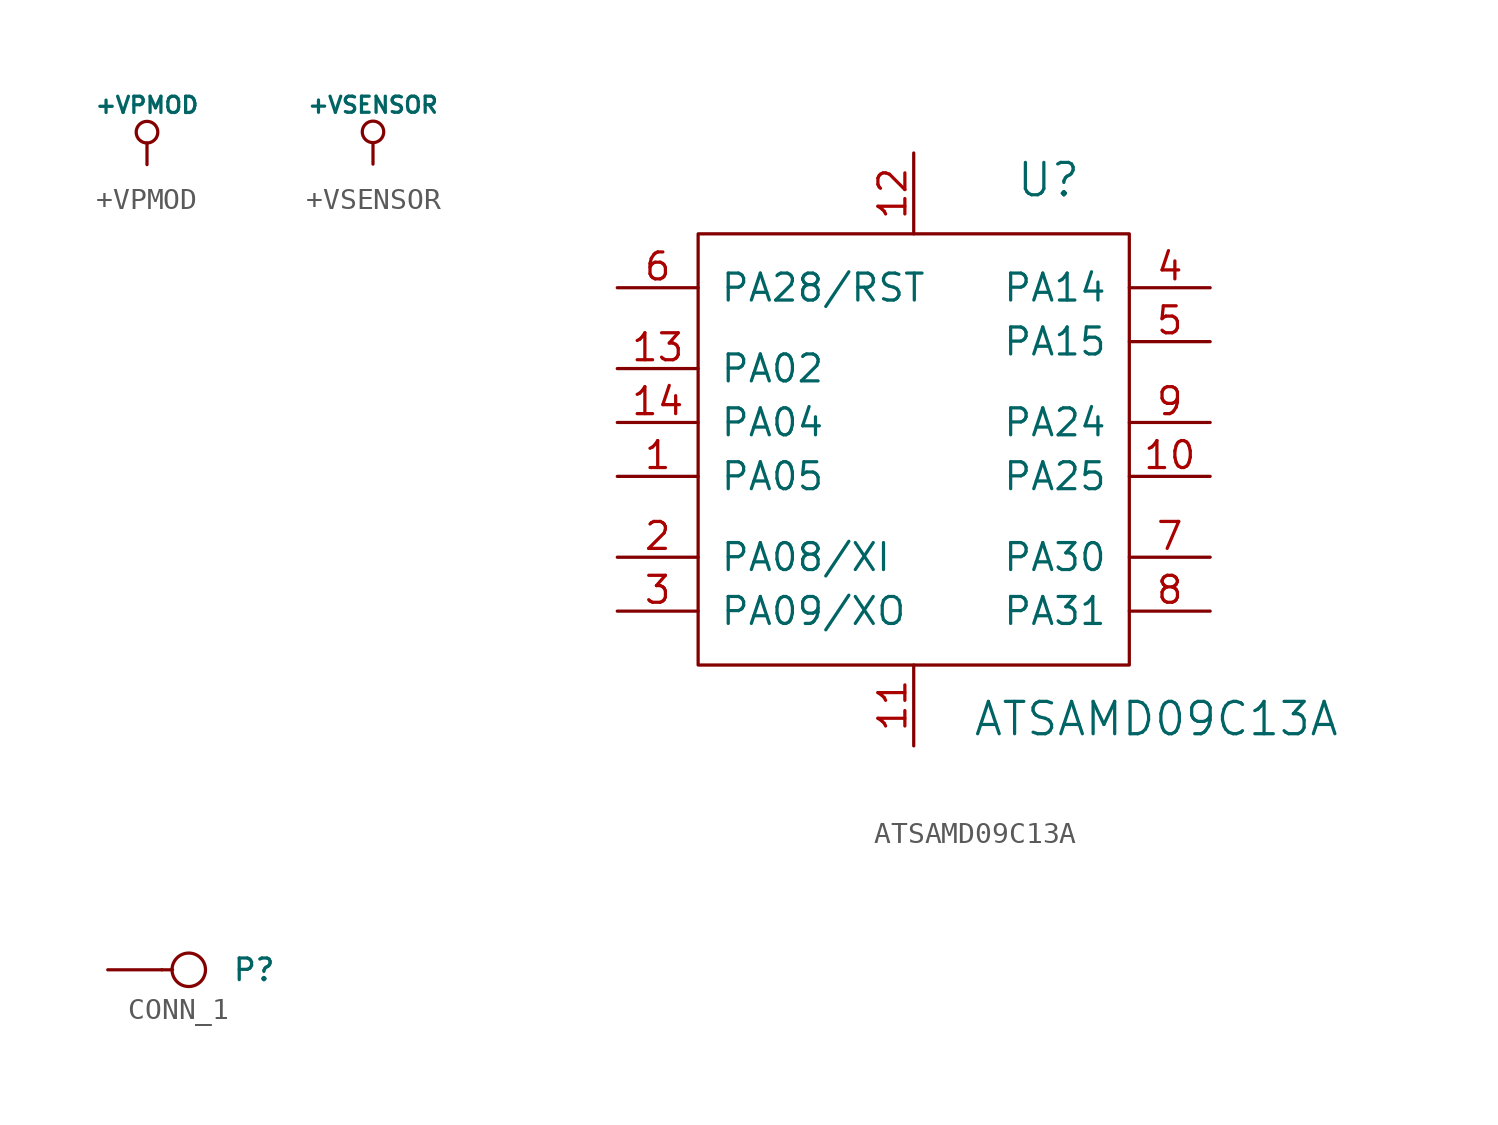
<source format=kicad_sym>
(kicad_symbol_lib
  (version 20211014)
  (generator kicad_symbol_editor)
  (symbol "+VPMOD"
    (power)
    (pin_names
      (offset 0))
    (property "Reference" "#PWR"
      (at 0 -1.016 0)
      (effects (font (size 0.762 0.762)) hide))
    (property "Value" "+VPMOD"
      (at 0 2.794 0)
      (effects (font (size 0.762 0.762))))
    (property "Footprint" ""
      (at 0 0 0)
      (effects (font (size 1.524 1.524))))
    (property "Datasheet" ""
      (at 0 0 0)
      (effects (font (size 1.524 1.524))))
    (symbol "+VPMOD_0_0"
      (pin power_in line (at 0 0 90) (length 0) hide (name "+VPMOD" (effects (font (size 0.762 0.762)))) (number "1" (effects (font (size 0.762 0.762))))))
    (symbol "+VPMOD_0_1"
      (polyline (pts (xy 0 0) (xy 0 1.016) (xy 0 1.016)) (stroke (width 0) (type default) (color 0 0 0 0)) (fill (type none)))
      (circle (center 0 1.524) (radius 0.508) (stroke (width 0) (type default) (color 0 0 0 0)) (fill (type none)))))
  (symbol "+VSENSOR"
    (power)
    (pin_names
      (offset 0))
    (property "Reference" "#PWR"
      (at 0 -1.016 0)
      (effects (font (size 0.762 0.762)) hide))
    (property "Value" "+VSENSOR"
      (at 0 2.794 0)
      (effects (font (size 0.762 0.762))))
    (property "Footprint" ""
      (at 0 0 0)
      (effects (font (size 1.524 1.524))))
    (property "Datasheet" ""
      (at 0 0 0)
      (effects (font (size 1.524 1.524))))
    (symbol "+VSENSOR_0_0"
      (pin power_in line (at 0 0 90) (length 0) hide (name "+VSENSOR" (effects (font (size 0.762 0.762)))) (number "1" (effects (font (size 0.762 0.762))))))
    (symbol "+VSENSOR_0_1"
      (polyline (pts (xy 0 0) (xy 0 1.016) (xy 0 1.016)) (stroke (width 0) (type default) (color 0 0 0 0)) (fill (type none)))
      (circle (center 0 1.524) (radius 0.508) (stroke (width 0) (type default) (color 0 0 0 0)) (fill (type none)))))
  (symbol "ATSAMD09C13A"
    (pin_names
      (offset 1.016))
    (property "Reference" "U"
      (at 6.35 12.7 0)
      (effects (font (size 1.524 1.524))))
    (property "Value" "ATSAMD09C13A"
      (at 11.43 -12.7 0)
      (effects (font (size 1.524 1.524))))
    (property "Footprint" ""
      (at 0 0 0)
      (effects (font (size 1.524 1.524))))
    (property "Datasheet" ""
      (at 0 0 0)
      (effects (font (size 1.524 1.524))))
    (symbol "ATSAMD09C13A_0_1"
      (rectangle (start -10.16 10.16) (end 10.16 -10.16) (stroke (width 0) (type default) (color 0 0 0 0)) (fill (type none))))
    (symbol "ATSAMD09C13A_1_1"
      (pin bidirectional line (at -13.97 -1.27 0) (length 3.81) (name "PA05" (effects (font (size 1.27 1.27)))) (number "1" (effects (font (size 1.27 1.27)))))
      (pin bidirectional line (at 13.97 -1.27 180) (length 3.81) (name "PA25" (effects (font (size 1.27 1.27)))) (number "10" (effects (font (size 1.27 1.27)))))
      (pin power_in line (at 0 -13.97 90) (length 3.81) (name "~" (effects (font (size 1.27 1.27)))) (number "11" (effects (font (size 1.27 1.27)))))
      (pin power_in line (at 0 13.97 270) (length 3.81) (name "~" (effects (font (size 1.27 1.27)))) (number "12" (effects (font (size 1.27 1.27)))))
      (pin bidirectional line (at -13.97 3.81 0) (length 3.81) (name "PA02" (effects (font (size 1.27 1.27)))) (number "13" (effects (font (size 1.27 1.27)))))
      (pin bidirectional line (at -13.97 1.27 0) (length 3.81) (name "PA04" (effects (font (size 1.27 1.27)))) (number "14" (effects (font (size 1.27 1.27)))))
      (pin bidirectional line (at -13.97 -5.08 0) (length 3.81) (name "PA08/XI" (effects (font (size 1.27 1.27)))) (number "2" (effects (font (size 1.27 1.27)))))
      (pin bidirectional line (at -13.97 -7.62 0) (length 3.81) (name "PA09/XO" (effects (font (size 1.27 1.27)))) (number "3" (effects (font (size 1.27 1.27)))))
      (pin bidirectional line (at 13.97 7.62 180) (length 3.81) (name "PA14" (effects (font (size 1.27 1.27)))) (number "4" (effects (font (size 1.27 1.27)))))
      (pin bidirectional line (at 13.97 5.08 180) (length 3.81) (name "PA15" (effects (font (size 1.27 1.27)))) (number "5" (effects (font (size 1.27 1.27)))))
      (pin bidirectional line (at -13.97 7.62 0) (length 3.81) (name "PA28/RST" (effects (font (size 1.27 1.27)))) (number "6" (effects (font (size 1.27 1.27)))))
      (pin bidirectional line (at 13.97 -5.08 180) (length 3.81) (name "PA30" (effects (font (size 1.27 1.27)))) (number "7" (effects (font (size 1.27 1.27)))))
      (pin bidirectional line (at 13.97 -7.62 180) (length 3.81) (name "PA31" (effects (font (size 1.27 1.27)))) (number "8" (effects (font (size 1.27 1.27)))))
      (pin bidirectional line (at 13.97 1.27 180) (length 3.81) (name "PA24" (effects (font (size 1.27 1.27)))) (number "9" (effects (font (size 1.27 1.27)))))))
  (symbol "CONN_1"
    (pin_numbers hide)
    (pin_names
      (offset 0.762) hide)
    (property "Reference" "P"
      (at 2.032 0 0)
      (effects (font (size 1.016 1.016)) (justify left)))
    (property "Footprint" ""
      (at 0 0 0)
      (effects (font (size 1.524 1.524))))
    (property "Datasheet" ""
      (at 0 0 0)
      (effects (font (size 1.524 1.524))))
    (symbol "CONN_1_0_1"
      (polyline (pts (xy -0.762 0) (xy -1.27 0)) (stroke (width 0) (type default) (color 0 0 0 0)) (fill (type none)))
      (circle (center 0 0) (radius 0.787) (stroke (width 0) (type default) (color 0 0 0 0)) (fill (type none))))
    (symbol "CONN_1_1_1"
      (pin passive line (at -3.81 0 0) (length 2.54) (name "1" (effects (font (size 1.524 1.524)))) (number "1" (effects (font (size 1.524 1.524))))))))
</source>
